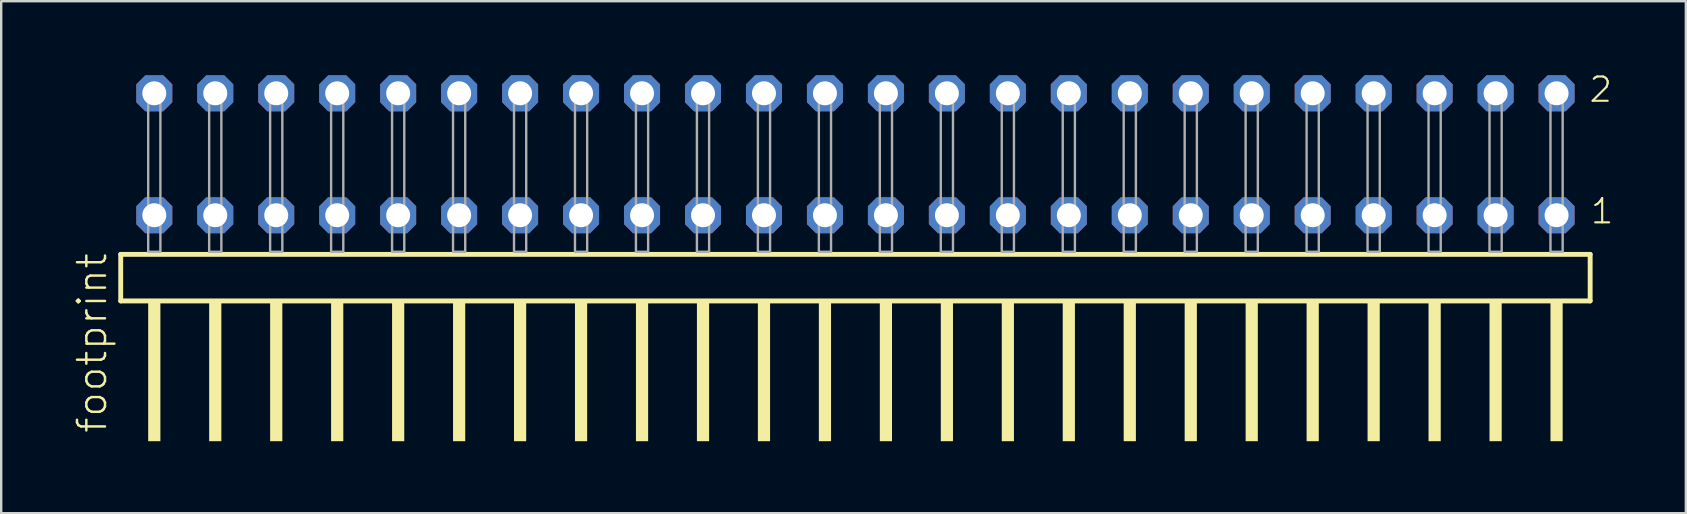
<source format=kicad_pcb>
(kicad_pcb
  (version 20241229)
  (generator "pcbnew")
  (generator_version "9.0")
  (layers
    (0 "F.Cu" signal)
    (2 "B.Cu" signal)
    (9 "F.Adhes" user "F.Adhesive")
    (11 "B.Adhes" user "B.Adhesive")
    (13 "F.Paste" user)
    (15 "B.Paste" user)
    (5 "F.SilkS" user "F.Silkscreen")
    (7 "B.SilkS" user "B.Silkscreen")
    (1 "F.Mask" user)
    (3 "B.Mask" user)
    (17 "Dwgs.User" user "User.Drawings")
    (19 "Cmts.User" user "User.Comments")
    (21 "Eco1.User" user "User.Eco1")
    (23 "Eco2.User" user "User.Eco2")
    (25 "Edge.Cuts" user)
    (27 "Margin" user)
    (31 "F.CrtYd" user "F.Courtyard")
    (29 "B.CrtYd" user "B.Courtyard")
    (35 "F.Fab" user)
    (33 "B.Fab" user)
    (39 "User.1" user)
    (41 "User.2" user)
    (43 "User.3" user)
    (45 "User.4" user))
  (footprint "footprint"
    (layer "F.Cu")
    (at 32.588 7.441)
    (property "Reference" "footprint" (at -31.115 7.62 90) (layer "F.SilkS") (effects (font (size 1.168 1.168) (thickness 0.102)) (justify left bottom)))
    (fp_line (start -30.609 0.106) (end -30.609 2.046) (stroke (width 0.203) (type solid)) (layer "F.SilkS"))
    (fp_line (start -30.609 2.046) (end 30.609 2.046) (stroke (width 0.203) (type solid)) (layer "F.SilkS"))
    (fp_line (start 30.609 0.106) (end -30.609 0.106) (stroke (width 0.203) (type solid)) (layer "F.SilkS"))
    (fp_line (start 30.609 2.046) (end 30.609 0.106) (stroke (width 0.203) (type solid)) (layer "F.SilkS"))
    (fp_poly (pts (xy -29.464 7.89) (xy -28.956 7.89) (xy -28.956 2.04) (xy -29.464 2.04)) (stroke (width 0) (type solid)) (fill yes) (layer "F.SilkS"))
    (fp_poly (pts (xy -26.924 7.89) (xy -26.416 7.89) (xy -26.416 2.04) (xy -26.924 2.04)) (stroke (width 0) (type solid)) (fill yes) (layer "F.SilkS"))
    (fp_poly (pts (xy -24.384 7.89) (xy -23.876 7.89) (xy -23.876 2.04) (xy -24.384 2.04)) (stroke (width 0) (type solid)) (fill yes) (layer "F.SilkS"))
    (fp_poly (pts (xy -21.844 7.89) (xy -21.336 7.89) (xy -21.336 2.04) (xy -21.844 2.04)) (stroke (width 0) (type solid)) (fill yes) (layer "F.SilkS"))
    (fp_poly (pts (xy -19.304 7.89) (xy -18.796 7.89) (xy -18.796 2.04) (xy -19.304 2.04)) (stroke (width 0) (type solid)) (fill yes) (layer "F.SilkS"))
    (fp_poly (pts (xy -16.764 7.89) (xy -16.256 7.89) (xy -16.256 2.04) (xy -16.764 2.04)) (stroke (width 0) (type solid)) (fill yes) (layer "F.SilkS"))
    (fp_poly (pts (xy -14.224 7.89) (xy -13.716 7.89) (xy -13.716 2.04) (xy -14.224 2.04)) (stroke (width 0) (type solid)) (fill yes) (layer "F.SilkS"))
    (fp_poly (pts (xy -11.684 7.89) (xy -11.176 7.89) (xy -11.176 2.04) (xy -11.684 2.04)) (stroke (width 0) (type solid)) (fill yes) (layer "F.SilkS"))
    (fp_poly (pts (xy -9.144 7.89) (xy -8.636 7.89) (xy -8.636 2.04) (xy -9.144 2.04)) (stroke (width 0) (type solid)) (fill yes) (layer "F.SilkS"))
    (fp_poly (pts (xy -6.604 7.89) (xy -6.096 7.89) (xy -6.096 2.04) (xy -6.604 2.04)) (stroke (width 0) (type solid)) (fill yes) (layer "F.SilkS"))
    (fp_poly (pts (xy -4.064 7.89) (xy -3.556 7.89) (xy -3.556 2.04) (xy -4.064 2.04)) (stroke (width 0) (type solid)) (fill yes) (layer "F.SilkS"))
    (fp_poly (pts (xy -1.524 7.89) (xy -1.016 7.89) (xy -1.016 2.04) (xy -1.524 2.04)) (stroke (width 0) (type solid)) (fill yes) (layer "F.SilkS"))
    (fp_poly (pts (xy 1.016 7.89) (xy 1.524 7.89) (xy 1.524 2.04) (xy 1.016 2.04)) (stroke (width 0) (type solid)) (fill yes) (layer "F.SilkS"))
    (fp_poly (pts (xy 3.556 7.89) (xy 4.064 7.89) (xy 4.064 2.04) (xy 3.556 2.04)) (stroke (width 0) (type solid)) (fill yes) (layer "F.SilkS"))
    (fp_poly (pts (xy 6.096 7.89) (xy 6.604 7.89) (xy 6.604 2.04) (xy 6.096 2.04)) (stroke (width 0) (type solid)) (fill yes) (layer "F.SilkS"))
    (fp_poly (pts (xy 8.636 7.89) (xy 9.144 7.89) (xy 9.144 2.04) (xy 8.636 2.04)) (stroke (width 0) (type solid)) (fill yes) (layer "F.SilkS"))
    (fp_poly (pts (xy 11.176 7.89) (xy 11.684 7.89) (xy 11.684 2.04) (xy 11.176 2.04)) (stroke (width 0) (type solid)) (fill yes) (layer "F.SilkS"))
    (fp_poly (pts (xy 13.716 7.89) (xy 14.224 7.89) (xy 14.224 2.04) (xy 13.716 2.04)) (stroke (width 0) (type solid)) (fill yes) (layer "F.SilkS"))
    (fp_poly (pts (xy 16.256 7.89) (xy 16.764 7.89) (xy 16.764 2.04) (xy 16.256 2.04)) (stroke (width 0) (type solid)) (fill yes) (layer "F.SilkS"))
    (fp_poly (pts (xy 18.796 7.89) (xy 19.304 7.89) (xy 19.304 2.04) (xy 18.796 2.04)) (stroke (width 0) (type solid)) (fill yes) (layer "F.SilkS"))
    (fp_poly (pts (xy 21.336 7.89) (xy 21.844 7.89) (xy 21.844 2.04) (xy 21.336 2.04)) (stroke (width 0) (type solid)) (fill yes) (layer "F.SilkS"))
    (fp_poly (pts (xy 23.876 7.89) (xy 24.384 7.89) (xy 24.384 2.04) (xy 23.876 2.04)) (stroke (width 0) (type solid)) (fill yes) (layer "F.SilkS"))
    (fp_poly (pts (xy 26.416 7.89) (xy 26.924 7.89) (xy 26.924 2.04) (xy 26.416 2.04)) (stroke (width 0) (type solid)) (fill yes) (layer "F.SilkS"))
    (fp_poly (pts (xy 28.956 7.89) (xy 29.464 7.89) (xy 29.464 2.04) (xy 28.956 2.04)) (stroke (width 0) (type solid)) (fill yes) (layer "F.SilkS"))
    (fp_poly (pts (xy -29.464 0) (xy -28.956 0) (xy -28.956 -6.858) (xy -29.464 -6.858)) (stroke (width 0.1) (type solid)) (fill no) (layer "F.Fab"))
    (fp_poly (pts (xy -26.924 0) (xy -26.416 0) (xy -26.416 -6.858) (xy -26.924 -6.858)) (stroke (width 0.1) (type solid)) (fill no) (layer "F.Fab"))
    (fp_poly (pts (xy -24.384 0) (xy -23.876 0) (xy -23.876 -6.858) (xy -24.384 -6.858)) (stroke (width 0.1) (type solid)) (fill no) (layer "F.Fab"))
    (fp_poly (pts (xy -21.844 0) (xy -21.336 0) (xy -21.336 -6.858) (xy -21.844 -6.858)) (stroke (width 0.1) (type solid)) (fill no) (layer "F.Fab"))
    (fp_poly (pts (xy -19.304 0) (xy -18.796 0) (xy -18.796 -6.858) (xy -19.304 -6.858)) (stroke (width 0.1) (type solid)) (fill no) (layer "F.Fab"))
    (fp_poly (pts (xy -16.764 0) (xy -16.256 0) (xy -16.256 -6.858) (xy -16.764 -6.858)) (stroke (width 0.1) (type solid)) (fill no) (layer "F.Fab"))
    (fp_poly (pts (xy -14.224 0) (xy -13.716 0) (xy -13.716 -6.858) (xy -14.224 -6.858)) (stroke (width 0.1) (type solid)) (fill no) (layer "F.Fab"))
    (fp_poly (pts (xy -11.684 0) (xy -11.176 0) (xy -11.176 -6.858) (xy -11.684 -6.858)) (stroke (width 0.1) (type solid)) (fill no) (layer "F.Fab"))
    (fp_poly (pts (xy -9.144 0) (xy -8.636 0) (xy -8.636 -6.858) (xy -9.144 -6.858)) (stroke (width 0.1) (type solid)) (fill no) (layer "F.Fab"))
    (fp_poly (pts (xy -6.604 0) (xy -6.096 0) (xy -6.096 -6.858) (xy -6.604 -6.858)) (stroke (width 0.1) (type solid)) (fill no) (layer "F.Fab"))
    (fp_poly (pts (xy -4.064 0) (xy -3.556 0) (xy -3.556 -6.858) (xy -4.064 -6.858)) (stroke (width 0.1) (type solid)) (fill no) (layer "F.Fab"))
    (fp_poly (pts (xy -1.524 0) (xy -1.016 0) (xy -1.016 -6.858) (xy -1.524 -6.858)) (stroke (width 0.1) (type solid)) (fill no) (layer "F.Fab"))
    (fp_poly (pts (xy 1.016 0) (xy 1.524 0) (xy 1.524 -6.858) (xy 1.016 -6.858)) (stroke (width 0.1) (type solid)) (fill no) (layer "F.Fab"))
    (fp_poly (pts (xy 3.556 0) (xy 4.064 0) (xy 4.064 -6.858) (xy 3.556 -6.858)) (stroke (width 0.1) (type solid)) (fill no) (layer "F.Fab"))
    (fp_poly (pts (xy 6.096 0) (xy 6.604 0) (xy 6.604 -6.858) (xy 6.096 -6.858)) (stroke (width 0.1) (type solid)) (fill no) (layer "F.Fab"))
    (fp_poly (pts (xy 8.636 0) (xy 9.144 0) (xy 9.144 -6.858) (xy 8.636 -6.858)) (stroke (width 0.1) (type solid)) (fill no) (layer "F.Fab"))
    (fp_poly (pts (xy 11.176 0) (xy 11.684 0) (xy 11.684 -6.858) (xy 11.176 -6.858)) (stroke (width 0.1) (type solid)) (fill no) (layer "F.Fab"))
    (fp_poly (pts (xy 13.716 0) (xy 14.224 0) (xy 14.224 -6.858) (xy 13.716 -6.858)) (stroke (width 0.1) (type solid)) (fill no) (layer "F.Fab"))
    (fp_poly (pts (xy 16.256 0) (xy 16.764 0) (xy 16.764 -6.858) (xy 16.256 -6.858)) (stroke (width 0.1) (type solid)) (fill no) (layer "F.Fab"))
    (fp_poly (pts (xy 18.796 0) (xy 19.304 0) (xy 19.304 -6.858) (xy 18.796 -6.858)) (stroke (width 0.1) (type solid)) (fill no) (layer "F.Fab"))
    (fp_poly (pts (xy 21.336 0) (xy 21.844 0) (xy 21.844 -6.858) (xy 21.336 -6.858)) (stroke (width 0.1) (type solid)) (fill no) (layer "F.Fab"))
    (fp_poly (pts (xy 23.876 0) (xy 24.384 0) (xy 24.384 -6.858) (xy 23.876 -6.858)) (stroke (width 0.1) (type solid)) (fill no) (layer "F.Fab"))
    (fp_poly (pts (xy 26.416 0) (xy 26.924 0) (xy 26.924 -6.858) (xy 26.416 -6.858)) (stroke (width 0.1) (type solid)) (fill no) (layer "F.Fab"))
    (fp_poly (pts (xy 28.956 0) (xy 29.464 0) (xy 29.464 -6.858) (xy 28.956 -6.858)) (stroke (width 0.1) (type solid)) (fill no) (layer "F.Fab"))
    (fp_text user "1" (at 30.57 -1.1 0) (layer "F.SilkS") (effects (font (size 1.012 1.012) (thickness 0.088)) (justify left bottom)))
    (fp_text user "2" (at 30.51 -6.165 0) (layer "F.SilkS") (effects (font (size 1.012 1.012) (thickness 0.088)) (justify left bottom)))
    (pad "1" thru_hole roundrect (at 29.21 -1.524 180) (size 1.5 1.5) (drill 1) (layers "*.Cu" "*.Mask") (roundrect_rratio 0.25) (chamfer_ratio 0.25) (chamfer top_left top_right bottom_left bottom_right))
    (pad "2" thru_hole roundrect (at 29.21 -6.604 180) (size 1.5 1.5) (drill 1) (layers "*.Cu" "*.Mask") (roundrect_rratio 0.25) (chamfer_ratio 0.25) (chamfer top_left top_right bottom_left bottom_right))
    (pad "3" thru_hole roundrect (at 26.67 -1.524 180) (size 1.5 1.5) (drill 1) (layers "*.Cu" "*.Mask") (roundrect_rratio 0.25) (chamfer_ratio 0.25) (chamfer top_left top_right bottom_left bottom_right))
    (pad "4" thru_hole roundrect (at 26.67 -6.604 180) (size 1.5 1.5) (drill 1) (layers "*.Cu" "*.Mask") (roundrect_rratio 0.25) (chamfer_ratio 0.25) (chamfer top_left top_right bottom_left bottom_right))
    (pad "5" thru_hole roundrect (at 24.13 -1.524 180) (size 1.5 1.5) (drill 1) (layers "*.Cu" "*.Mask") (roundrect_rratio 0.25) (chamfer_ratio 0.25) (chamfer top_left top_right bottom_left bottom_right))
    (pad "6" thru_hole roundrect (at 24.13 -6.604 180) (size 1.5 1.5) (drill 1) (layers "*.Cu" "*.Mask") (roundrect_rratio 0.25) (chamfer_ratio 0.25) (chamfer top_left top_right bottom_left bottom_right))
    (pad "7" thru_hole roundrect (at 21.59 -1.524 180) (size 1.5 1.5) (drill 1) (layers "*.Cu" "*.Mask") (roundrect_rratio 0.25) (chamfer_ratio 0.25) (chamfer top_left top_right bottom_left bottom_right))
    (pad "8" thru_hole roundrect (at 21.59 -6.604 180) (size 1.5 1.5) (drill 1) (layers "*.Cu" "*.Mask") (roundrect_rratio 0.25) (chamfer_ratio 0.25) (chamfer top_left top_right bottom_left bottom_right))
    (pad "9" thru_hole roundrect (at 19.05 -1.524 180) (size 1.5 1.5) (drill 1) (layers "*.Cu" "*.Mask") (roundrect_rratio 0.25) (chamfer_ratio 0.25) (chamfer top_left top_right bottom_left bottom_right))
    (pad "10" thru_hole roundrect (at 19.05 -6.604 180) (size 1.5 1.5) (drill 1) (layers "*.Cu" "*.Mask") (roundrect_rratio 0.25) (chamfer_ratio 0.25) (chamfer top_left top_right bottom_left bottom_right))
    (pad "11" thru_hole roundrect (at 16.51 -1.524 180) (size 1.5 1.5) (drill 1) (layers "*.Cu" "*.Mask") (roundrect_rratio 0.25) (chamfer_ratio 0.25) (chamfer top_left top_right bottom_left bottom_right))
    (pad "12" thru_hole roundrect (at 16.51 -6.604 180) (size 1.5 1.5) (drill 1) (layers "*.Cu" "*.Mask") (roundrect_rratio 0.25) (chamfer_ratio 0.25) (chamfer top_left top_right bottom_left bottom_right))
    (pad "13" thru_hole roundrect (at 13.97 -1.524 180) (size 1.5 1.5) (drill 1) (layers "*.Cu" "*.Mask") (roundrect_rratio 0.25) (chamfer_ratio 0.25) (chamfer top_left top_right bottom_left bottom_right))
    (pad "14" thru_hole roundrect (at 13.97 -6.604 180) (size 1.5 1.5) (drill 1) (layers "*.Cu" "*.Mask") (roundrect_rratio 0.25) (chamfer_ratio 0.25) (chamfer top_left top_right bottom_left bottom_right))
    (pad "15" thru_hole roundrect (at 11.43 -1.524 180) (size 1.5 1.5) (drill 1) (layers "*.Cu" "*.Mask") (roundrect_rratio 0.25) (chamfer_ratio 0.25) (chamfer top_left top_right bottom_left bottom_right))
    (pad "16" thru_hole roundrect (at 11.43 -6.604 180) (size 1.5 1.5) (drill 1) (layers "*.Cu" "*.Mask") (roundrect_rratio 0.25) (chamfer_ratio 0.25) (chamfer top_left top_right bottom_left bottom_right))
    (pad "17" thru_hole roundrect (at 8.89 -1.524 180) (size 1.5 1.5) (drill 1) (layers "*.Cu" "*.Mask") (roundrect_rratio 0.25) (chamfer_ratio 0.25) (chamfer top_left top_right bottom_left bottom_right))
    (pad "18" thru_hole roundrect (at 8.89 -6.604 180) (size 1.5 1.5) (drill 1) (layers "*.Cu" "*.Mask") (roundrect_rratio 0.25) (chamfer_ratio 0.25) (chamfer top_left top_right bottom_left bottom_right))
    (pad "19" thru_hole roundrect (at 6.35 -1.524 180) (size 1.5 1.5) (drill 1) (layers "*.Cu" "*.Mask") (roundrect_rratio 0.25) (chamfer_ratio 0.25) (chamfer top_left top_right bottom_left bottom_right))
    (pad "20" thru_hole roundrect (at 6.35 -6.604 180) (size 1.5 1.5) (drill 1) (layers "*.Cu" "*.Mask") (roundrect_rratio 0.25) (chamfer_ratio 0.25) (chamfer top_left top_right bottom_left bottom_right))
    (pad "21" thru_hole roundrect (at 3.81 -1.524 180) (size 1.5 1.5) (drill 1) (layers "*.Cu" "*.Mask") (roundrect_rratio 0.25) (chamfer_ratio 0.25) (chamfer top_left top_right bottom_left bottom_right))
    (pad "22" thru_hole roundrect (at 3.81 -6.604 180) (size 1.5 1.5) (drill 1) (layers "*.Cu" "*.Mask") (roundrect_rratio 0.25) (chamfer_ratio 0.25) (chamfer top_left top_right bottom_left bottom_right))
    (pad "23" thru_hole roundrect (at 1.27 -1.524 180) (size 1.5 1.5) (drill 1) (layers "*.Cu" "*.Mask") (roundrect_rratio 0.25) (chamfer_ratio 0.25) (chamfer top_left top_right bottom_left bottom_right))
    (pad "24" thru_hole roundrect (at 1.27 -6.604 180) (size 1.5 1.5) (drill 1) (layers "*.Cu" "*.Mask") (roundrect_rratio 0.25) (chamfer_ratio 0.25) (chamfer top_left top_right bottom_left bottom_right))
    (pad "25" thru_hole roundrect (at -1.27 -1.524 180) (size 1.5 1.5) (drill 1) (layers "*.Cu" "*.Mask") (roundrect_rratio 0.25) (chamfer_ratio 0.25) (chamfer top_left top_right bottom_left bottom_right))
    (pad "26" thru_hole roundrect (at -1.27 -6.604 180) (size 1.5 1.5) (drill 1) (layers "*.Cu" "*.Mask") (roundrect_rratio 0.25) (chamfer_ratio 0.25) (chamfer top_left top_right bottom_left bottom_right))
    (pad "27" thru_hole roundrect (at -3.81 -1.524 180) (size 1.5 1.5) (drill 1) (layers "*.Cu" "*.Mask") (roundrect_rratio 0.25) (chamfer_ratio 0.25) (chamfer top_left top_right bottom_left bottom_right))
    (pad "28" thru_hole roundrect (at -3.81 -6.604 180) (size 1.5 1.5) (drill 1) (layers "*.Cu" "*.Mask") (roundrect_rratio 0.25) (chamfer_ratio 0.25) (chamfer top_left top_right bottom_left bottom_right))
    (pad "29" thru_hole roundrect (at -6.35 -1.524 180) (size 1.5 1.5) (drill 1) (layers "*.Cu" "*.Mask") (roundrect_rratio 0.25) (chamfer_ratio 0.25) (chamfer top_left top_right bottom_left bottom_right))
    (pad "30" thru_hole roundrect (at -6.35 -6.604 180) (size 1.5 1.5) (drill 1) (layers "*.Cu" "*.Mask") (roundrect_rratio 0.25) (chamfer_ratio 0.25) (chamfer top_left top_right bottom_left bottom_right))
    (pad "31" thru_hole roundrect (at -8.89 -1.524 180) (size 1.5 1.5) (drill 1) (layers "*.Cu" "*.Mask") (roundrect_rratio 0.25) (chamfer_ratio 0.25) (chamfer top_left top_right bottom_left bottom_right))
    (pad "32" thru_hole roundrect (at -8.89 -6.604 180) (size 1.5 1.5) (drill 1) (layers "*.Cu" "*.Mask") (roundrect_rratio 0.25) (chamfer_ratio 0.25) (chamfer top_left top_right bottom_left bottom_right))
    (pad "33" thru_hole roundrect (at -11.43 -1.524 180) (size 1.5 1.5) (drill 1) (layers "*.Cu" "*.Mask") (roundrect_rratio 0.25) (chamfer_ratio 0.25) (chamfer top_left top_right bottom_left bottom_right))
    (pad "34" thru_hole roundrect (at -11.43 -6.604 180) (size 1.5 1.5) (drill 1) (layers "*.Cu" "*.Mask") (roundrect_rratio 0.25) (chamfer_ratio 0.25) (chamfer top_left top_right bottom_left bottom_right))
    (pad "35" thru_hole roundrect (at -13.97 -1.524 180) (size 1.5 1.5) (drill 1) (layers "*.Cu" "*.Mask") (roundrect_rratio 0.25) (chamfer_ratio 0.25) (chamfer top_left top_right bottom_left bottom_right))
    (pad "36" thru_hole roundrect (at -13.97 -6.604 180) (size 1.5 1.5) (drill 1) (layers "*.Cu" "*.Mask") (roundrect_rratio 0.25) (chamfer_ratio 0.25) (chamfer top_left top_right bottom_left bottom_right))
    (pad "37" thru_hole roundrect (at -16.51 -1.524 180) (size 1.5 1.5) (drill 1) (layers "*.Cu" "*.Mask") (roundrect_rratio 0.25) (chamfer_ratio 0.25) (chamfer top_left top_right bottom_left bottom_right))
    (pad "38" thru_hole roundrect (at -16.51 -6.604 180) (size 1.5 1.5) (drill 1) (layers "*.Cu" "*.Mask") (roundrect_rratio 0.25) (chamfer_ratio 0.25) (chamfer top_left top_right bottom_left bottom_right))
    (pad "39" thru_hole roundrect (at -19.05 -1.524 180) (size 1.5 1.5) (drill 1) (layers "*.Cu" "*.Mask") (roundrect_rratio 0.25) (chamfer_ratio 0.25) (chamfer top_left top_right bottom_left bottom_right))
    (pad "40" thru_hole roundrect (at -19.05 -6.604 180) (size 1.5 1.5) (drill 1) (layers "*.Cu" "*.Mask") (roundrect_rratio 0.25) (chamfer_ratio 0.25) (chamfer top_left top_right bottom_left bottom_right))
    (pad "41" thru_hole roundrect (at -21.59 -1.524 180) (size 1.5 1.5) (drill 1) (layers "*.Cu" "*.Mask") (roundrect_rratio 0.25) (chamfer_ratio 0.25) (chamfer top_left top_right bottom_left bottom_right))
    (pad "42" thru_hole roundrect (at -21.59 -6.604 180) (size 1.5 1.5) (drill 1) (layers "*.Cu" "*.Mask") (roundrect_rratio 0.25) (chamfer_ratio 0.25) (chamfer top_left top_right bottom_left bottom_right))
    (pad "43" thru_hole roundrect (at -24.13 -1.524 180) (size 1.5 1.5) (drill 1) (layers "*.Cu" "*.Mask") (roundrect_rratio 0.25) (chamfer_ratio 0.25) (chamfer top_left top_right bottom_left bottom_right))
    (pad "44" thru_hole roundrect (at -24.13 -6.604 180) (size 1.5 1.5) (drill 1) (layers "*.Cu" "*.Mask") (roundrect_rratio 0.25) (chamfer_ratio 0.25) (chamfer top_left top_right bottom_left bottom_right))
    (pad "45" thru_hole roundrect (at -26.67 -1.524 180) (size 1.5 1.5) (drill 1) (layers "*.Cu" "*.Mask") (roundrect_rratio 0.25) (chamfer_ratio 0.25) (chamfer top_left top_right bottom_left bottom_right))
    (pad "46" thru_hole roundrect (at -26.67 -6.604 180) (size 1.5 1.5) (drill 1) (layers "*.Cu" "*.Mask") (roundrect_rratio 0.25) (chamfer_ratio 0.25) (chamfer top_left top_right bottom_left bottom_right))
    (pad "47" thru_hole roundrect (at -29.21 -1.524 180) (size 1.5 1.5) (drill 1) (layers "*.Cu" "*.Mask") (roundrect_rratio 0.25) (chamfer_ratio 0.25) (chamfer top_left top_right bottom_left bottom_right))
    (pad "48" thru_hole roundrect (at -29.21 -6.604 180) (size 1.5 1.5) (drill 1) (layers "*.Cu" "*.Mask") (roundrect_rratio 0.25) (chamfer_ratio 0.25) (chamfer top_left top_right bottom_left bottom_right)))
  (gr_rect
    (start -3 -3)
    (end 67.184 18.331)
    (stroke (width 0.1) (type default))
    (fill no)
    (layer "Edge.Cuts")))
</source>
